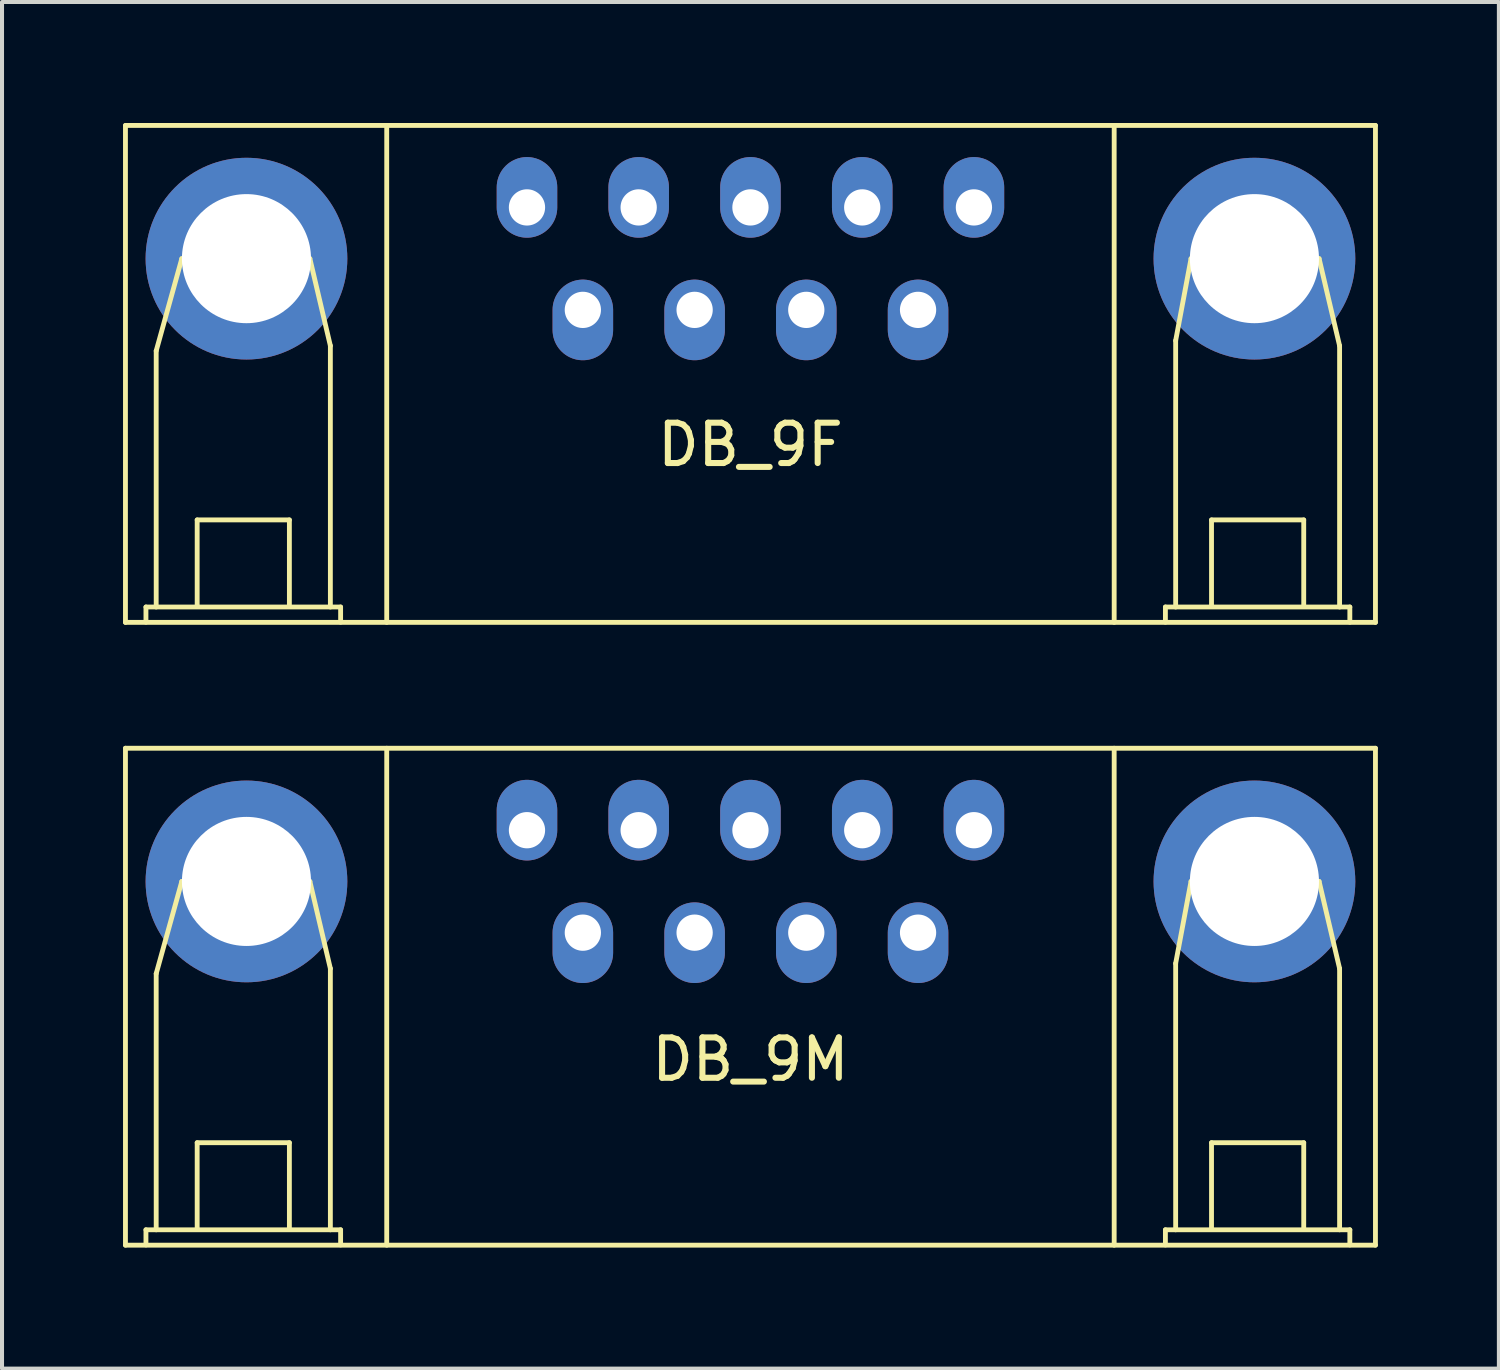
<source format=kicad_pcb>
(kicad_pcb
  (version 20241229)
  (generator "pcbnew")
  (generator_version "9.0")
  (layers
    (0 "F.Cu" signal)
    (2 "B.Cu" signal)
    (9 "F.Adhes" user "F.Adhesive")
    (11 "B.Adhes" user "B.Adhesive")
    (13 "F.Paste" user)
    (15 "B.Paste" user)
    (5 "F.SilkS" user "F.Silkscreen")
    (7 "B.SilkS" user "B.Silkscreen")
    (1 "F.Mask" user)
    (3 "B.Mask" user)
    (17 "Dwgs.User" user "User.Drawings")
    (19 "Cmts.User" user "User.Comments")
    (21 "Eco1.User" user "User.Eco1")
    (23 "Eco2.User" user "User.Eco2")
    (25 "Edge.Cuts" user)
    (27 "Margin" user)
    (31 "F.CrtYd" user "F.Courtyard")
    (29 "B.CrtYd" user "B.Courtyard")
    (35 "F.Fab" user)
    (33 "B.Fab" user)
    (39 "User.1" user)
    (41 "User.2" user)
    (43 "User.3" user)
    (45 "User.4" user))
  (footprint "DB_9F"
    (layer "F.Cu")
    (at 15.554 10.474)
    (property "Reference" "DB_9F" (at 0 -2.5 0) (layer "F.SilkS") (effects (font (size 1 1) (thickness 0.15))))
    (attr through_hole)
    (fp_line (start -15.494 -10.414) (end -15.494 1.905) (stroke (width 0.12) (type solid)) (layer "F.SilkS"))
    (fp_line (start -15.494 1.905) (end 15.494 1.905) (stroke (width 0.12) (type solid)) (layer "F.SilkS"))
    (fp_line (start -14.986 1.524) (end -14.986 1.9) (stroke (width 0.12) (type solid)) (layer "F.SilkS"))
    (fp_line (start -14.732 -4.826) (end -14.097 -7.112) (stroke (width 0.12) (type solid)) (layer "F.SilkS"))
    (fp_line (start -14.732 1.524) (end -14.732 -4.826) (stroke (width 0.12) (type solid)) (layer "F.SilkS"))
    (fp_line (start -14.097 -7.112) (end -10.922 -7.112) (stroke (width 0.12) (type solid)) (layer "F.SilkS"))
    (fp_line (start -13.716 -0.635) (end -11.43 -0.635) (stroke (width 0.12) (type solid)) (layer "F.SilkS"))
    (fp_line (start -13.716 1.5) (end -13.716 -0.635) (stroke (width 0.12) (type solid)) (layer "F.SilkS"))
    (fp_line (start -11.43 -0.635) (end -11.43 1.5) (stroke (width 0.12) (type solid)) (layer "F.SilkS"))
    (fp_line (start -10.922 -7.112) (end -10.414 -4.953) (stroke (width 0.12) (type solid)) (layer "F.SilkS"))
    (fp_line (start -10.414 -4.953) (end -10.414 1.524) (stroke (width 0.12) (type solid)) (layer "F.SilkS"))
    (fp_line (start -10.16 1.524) (end -14.986 1.524) (stroke (width 0.12) (type solid)) (layer "F.SilkS"))
    (fp_line (start -10.16 1.9) (end -10.16 1.524) (stroke (width 0.12) (type solid)) (layer "F.SilkS"))
    (fp_line (start -9.017 1.905) (end -9.017 -10.414) (stroke (width 0.12) (type solid)) (layer "F.SilkS"))
    (fp_line (start 9.017 1.905) (end 9.017 -10.414) (stroke (width 0.12) (type solid)) (layer "F.SilkS"))
    (fp_line (start 10.287 1.524) (end 10.287 1.9) (stroke (width 0.12) (type solid)) (layer "F.SilkS"))
    (fp_line (start 10.541 -5.08) (end 10.922 -7.112) (stroke (width 0.12) (type solid)) (layer "F.SilkS"))
    (fp_line (start 10.541 1.524) (end 10.541 -5.08) (stroke (width 0.12) (type solid)) (layer "F.SilkS"))
    (fp_line (start 10.922 -7.112) (end 14.097 -7.112) (stroke (width 0.12) (type solid)) (layer "F.SilkS"))
    (fp_line (start 11.43 -0.635) (end 13.716 -0.635) (stroke (width 0.12) (type solid)) (layer "F.SilkS"))
    (fp_line (start 11.43 1.5) (end 11.43 -0.635) (stroke (width 0.12) (type solid)) (layer "F.SilkS"))
    (fp_line (start 13.716 -0.635) (end 13.716 1.5) (stroke (width 0.12) (type solid)) (layer "F.SilkS"))
    (fp_line (start 14.097 -7.112) (end 14.605 -4.953) (stroke (width 0.12) (type solid)) (layer "F.SilkS"))
    (fp_line (start 14.605 -4.953) (end 14.605 1.524) (stroke (width 0.12) (type solid)) (layer "F.SilkS"))
    (fp_line (start 14.859 1.524) (end 10.287 1.524) (stroke (width 0.12) (type solid)) (layer "F.SilkS"))
    (fp_line (start 14.859 1.9) (end 14.859 1.524) (stroke (width 0.12) (type solid)) (layer "F.SilkS"))
    (fp_line (start 15.494 -10.414) (end -15.494 -10.414) (stroke (width 0.12) (type solid)) (layer "F.SilkS"))
    (fp_line (start 15.494 1.905) (end 15.494 -10.414) (stroke (width 0.12) (type solid)) (layer "F.SilkS"))
    (pad "0" thru_hole circle (at -12.494 -7.112) (size 5.001 5.001) (drill 3.2) (layers "*.Cu" "*.Mask"))
    (pad "0" thru_hole circle (at 12.494 -7.112) (size 5.001 5.001) (drill 3.2) (layers "*.Cu" "*.Mask"))
    (pad "1" thru_hole oval (at 5.54 -8.382) (size 1.501 1.999) (drill 0.899 (offset 0 -0.249)) (layers "*.Cu" "*.Mask"))
    (pad "2" thru_hole oval (at 2.771 -8.382) (size 1.501 1.999) (drill 0.899 (offset 0 -0.249)) (layers "*.Cu" "*.Mask"))
    (pad "3" thru_hole oval (at 0 -8.382) (size 1.501 1.999) (drill 0.899 (offset 0 -0.249)) (layers "*.Cu" "*.Mask"))
    (pad "4" thru_hole oval (at -2.771 -8.382) (size 1.501 1.999) (drill 0.899 (offset 0 -0.249)) (layers "*.Cu" "*.Mask"))
    (pad "5" thru_hole oval (at -5.54 -8.382) (size 1.501 1.999) (drill 0.899 (offset 0 -0.249)) (layers "*.Cu" "*.Mask"))
    (pad "6" thru_hole oval (at 4.155 -5.842) (size 1.501 1.999) (drill 0.899 (offset 0 0.249)) (layers "*.Cu" "*.Mask"))
    (pad "7" thru_hole oval (at 1.384 -5.842) (size 1.501 1.999) (drill 0.899 (offset 0 0.249)) (layers "*.Cu" "*.Mask"))
    (pad "8" thru_hole oval (at -1.384 -5.842) (size 1.501 1.999) (drill 0.899 (offset 0 0.249)) (layers "*.Cu" "*.Mask"))
    (pad "9" thru_hole oval (at -4.155 -5.842) (size 1.501 1.999) (drill 0.899 (offset 0 0.249)) (layers "*.Cu" "*.Mask")))
  (footprint "DB_9M"
    (layer "F.Cu")
    (at 15.554 25.913)
    (property "Reference" "DB_9M" (at 0 -2.7 0) (layer "F.SilkS") (effects (font (size 1 1) (thickness 0.15))))
    (attr through_hole)
    (fp_line (start -15.494 -10.414) (end -15.494 1.905) (stroke (width 0.12) (type solid)) (layer "F.SilkS"))
    (fp_line (start -15.494 1.905) (end 15.494 1.905) (stroke (width 0.12) (type solid)) (layer "F.SilkS"))
    (fp_line (start -14.986 1.524) (end -14.986 1.9) (stroke (width 0.12) (type solid)) (layer "F.SilkS"))
    (fp_line (start -14.732 -4.826) (end -14.097 -7.112) (stroke (width 0.12) (type solid)) (layer "F.SilkS"))
    (fp_line (start -14.732 1.524) (end -14.732 -4.826) (stroke (width 0.12) (type solid)) (layer "F.SilkS"))
    (fp_line (start -14.097 -7.112) (end -10.922 -7.112) (stroke (width 0.12) (type solid)) (layer "F.SilkS"))
    (fp_line (start -13.716 -0.635) (end -11.43 -0.635) (stroke (width 0.12) (type solid)) (layer "F.SilkS"))
    (fp_line (start -13.716 1.5) (end -13.716 -0.635) (stroke (width 0.12) (type solid)) (layer "F.SilkS"))
    (fp_line (start -11.43 -0.635) (end -11.43 1.5) (stroke (width 0.12) (type solid)) (layer "F.SilkS"))
    (fp_line (start -10.922 -7.112) (end -10.414 -4.953) (stroke (width 0.12) (type solid)) (layer "F.SilkS"))
    (fp_line (start -10.414 -4.953) (end -10.414 1.524) (stroke (width 0.12) (type solid)) (layer "F.SilkS"))
    (fp_line (start -10.16 1.524) (end -14.986 1.524) (stroke (width 0.12) (type solid)) (layer "F.SilkS"))
    (fp_line (start -10.16 1.9) (end -10.16 1.524) (stroke (width 0.12) (type solid)) (layer "F.SilkS"))
    (fp_line (start -9.017 1.905) (end -9.017 -10.414) (stroke (width 0.12) (type solid)) (layer "F.SilkS"))
    (fp_line (start 9.017 1.905) (end 9.017 -10.414) (stroke (width 0.12) (type solid)) (layer "F.SilkS"))
    (fp_line (start 10.287 1.524) (end 10.287 1.9) (stroke (width 0.12) (type solid)) (layer "F.SilkS"))
    (fp_line (start 10.541 -5.08) (end 10.922 -7.112) (stroke (width 0.12) (type solid)) (layer "F.SilkS"))
    (fp_line (start 10.541 1.524) (end 10.541 -5.08) (stroke (width 0.12) (type solid)) (layer "F.SilkS"))
    (fp_line (start 10.922 -7.112) (end 14.097 -7.112) (stroke (width 0.12) (type solid)) (layer "F.SilkS"))
    (fp_line (start 11.43 -0.635) (end 13.716 -0.635) (stroke (width 0.12) (type solid)) (layer "F.SilkS"))
    (fp_line (start 11.43 1.5) (end 11.43 -0.635) (stroke (width 0.12) (type solid)) (layer "F.SilkS"))
    (fp_line (start 13.716 -0.635) (end 13.716 1.5) (stroke (width 0.12) (type solid)) (layer "F.SilkS"))
    (fp_line (start 14.097 -7.112) (end 14.605 -4.953) (stroke (width 0.12) (type solid)) (layer "F.SilkS"))
    (fp_line (start 14.605 -4.953) (end 14.605 1.524) (stroke (width 0.12) (type solid)) (layer "F.SilkS"))
    (fp_line (start 14.859 1.524) (end 10.287 1.524) (stroke (width 0.12) (type solid)) (layer "F.SilkS"))
    (fp_line (start 14.859 1.9) (end 14.859 1.524) (stroke (width 0.12) (type solid)) (layer "F.SilkS"))
    (fp_line (start 15.494 -10.414) (end -15.494 -10.414) (stroke (width 0.12) (type solid)) (layer "F.SilkS"))
    (fp_line (start 15.494 1.905) (end 15.494 -10.414) (stroke (width 0.12) (type solid)) (layer "F.SilkS"))
    (pad "0" thru_hole circle (at -12.494 -7.112) (size 5.001 5.001) (drill 3.2) (layers "*.Cu" "*.Mask"))
    (pad "0" thru_hole circle (at 12.494 -7.112) (size 5.001 5.001) (drill 3.2) (layers "*.Cu" "*.Mask"))
    (pad "1" thru_hole oval (at -5.54 -8.382) (size 1.501 1.999) (drill 0.899 (offset 0 -0.249)) (layers "*.Cu" "*.Mask"))
    (pad "2" thru_hole oval (at -2.771 -8.382) (size 1.501 1.999) (drill 0.899 (offset 0 -0.249)) (layers "*.Cu" "*.Mask"))
    (pad "3" thru_hole oval (at 0 -8.382) (size 1.501 1.999) (drill 0.899 (offset 0 -0.249)) (layers "*.Cu" "*.Mask"))
    (pad "4" thru_hole oval (at 2.771 -8.382) (size 1.501 1.999) (drill 0.899 (offset 0 -0.249)) (layers "*.Cu" "*.Mask"))
    (pad "5" thru_hole oval (at 5.54 -8.382) (size 1.501 1.999) (drill 0.899 (offset 0 -0.249)) (layers "*.Cu" "*.Mask"))
    (pad "6" thru_hole oval (at -4.155 -5.842) (size 1.501 1.999) (drill 0.899 (offset 0 0.249)) (layers "*.Cu" "*.Mask"))
    (pad "7" thru_hole oval (at -1.384 -5.842) (size 1.501 1.999) (drill 0.899 (offset 0 0.249)) (layers "*.Cu" "*.Mask"))
    (pad "8" thru_hole oval (at 1.384 -5.842) (size 1.501 1.999) (drill 0.899 (offset 0 0.249)) (layers "*.Cu" "*.Mask"))
    (pad "9" thru_hole oval (at 4.155 -5.842) (size 1.501 1.999) (drill 0.899 (offset 0 0.249)) (layers "*.Cu" "*.Mask")))
  (gr_rect
    (start -3 -3)
    (end 34.108 30.878)
    (stroke (width 0.1) (type default))
    (fill no)
    (layer "Edge.Cuts")))
</source>
